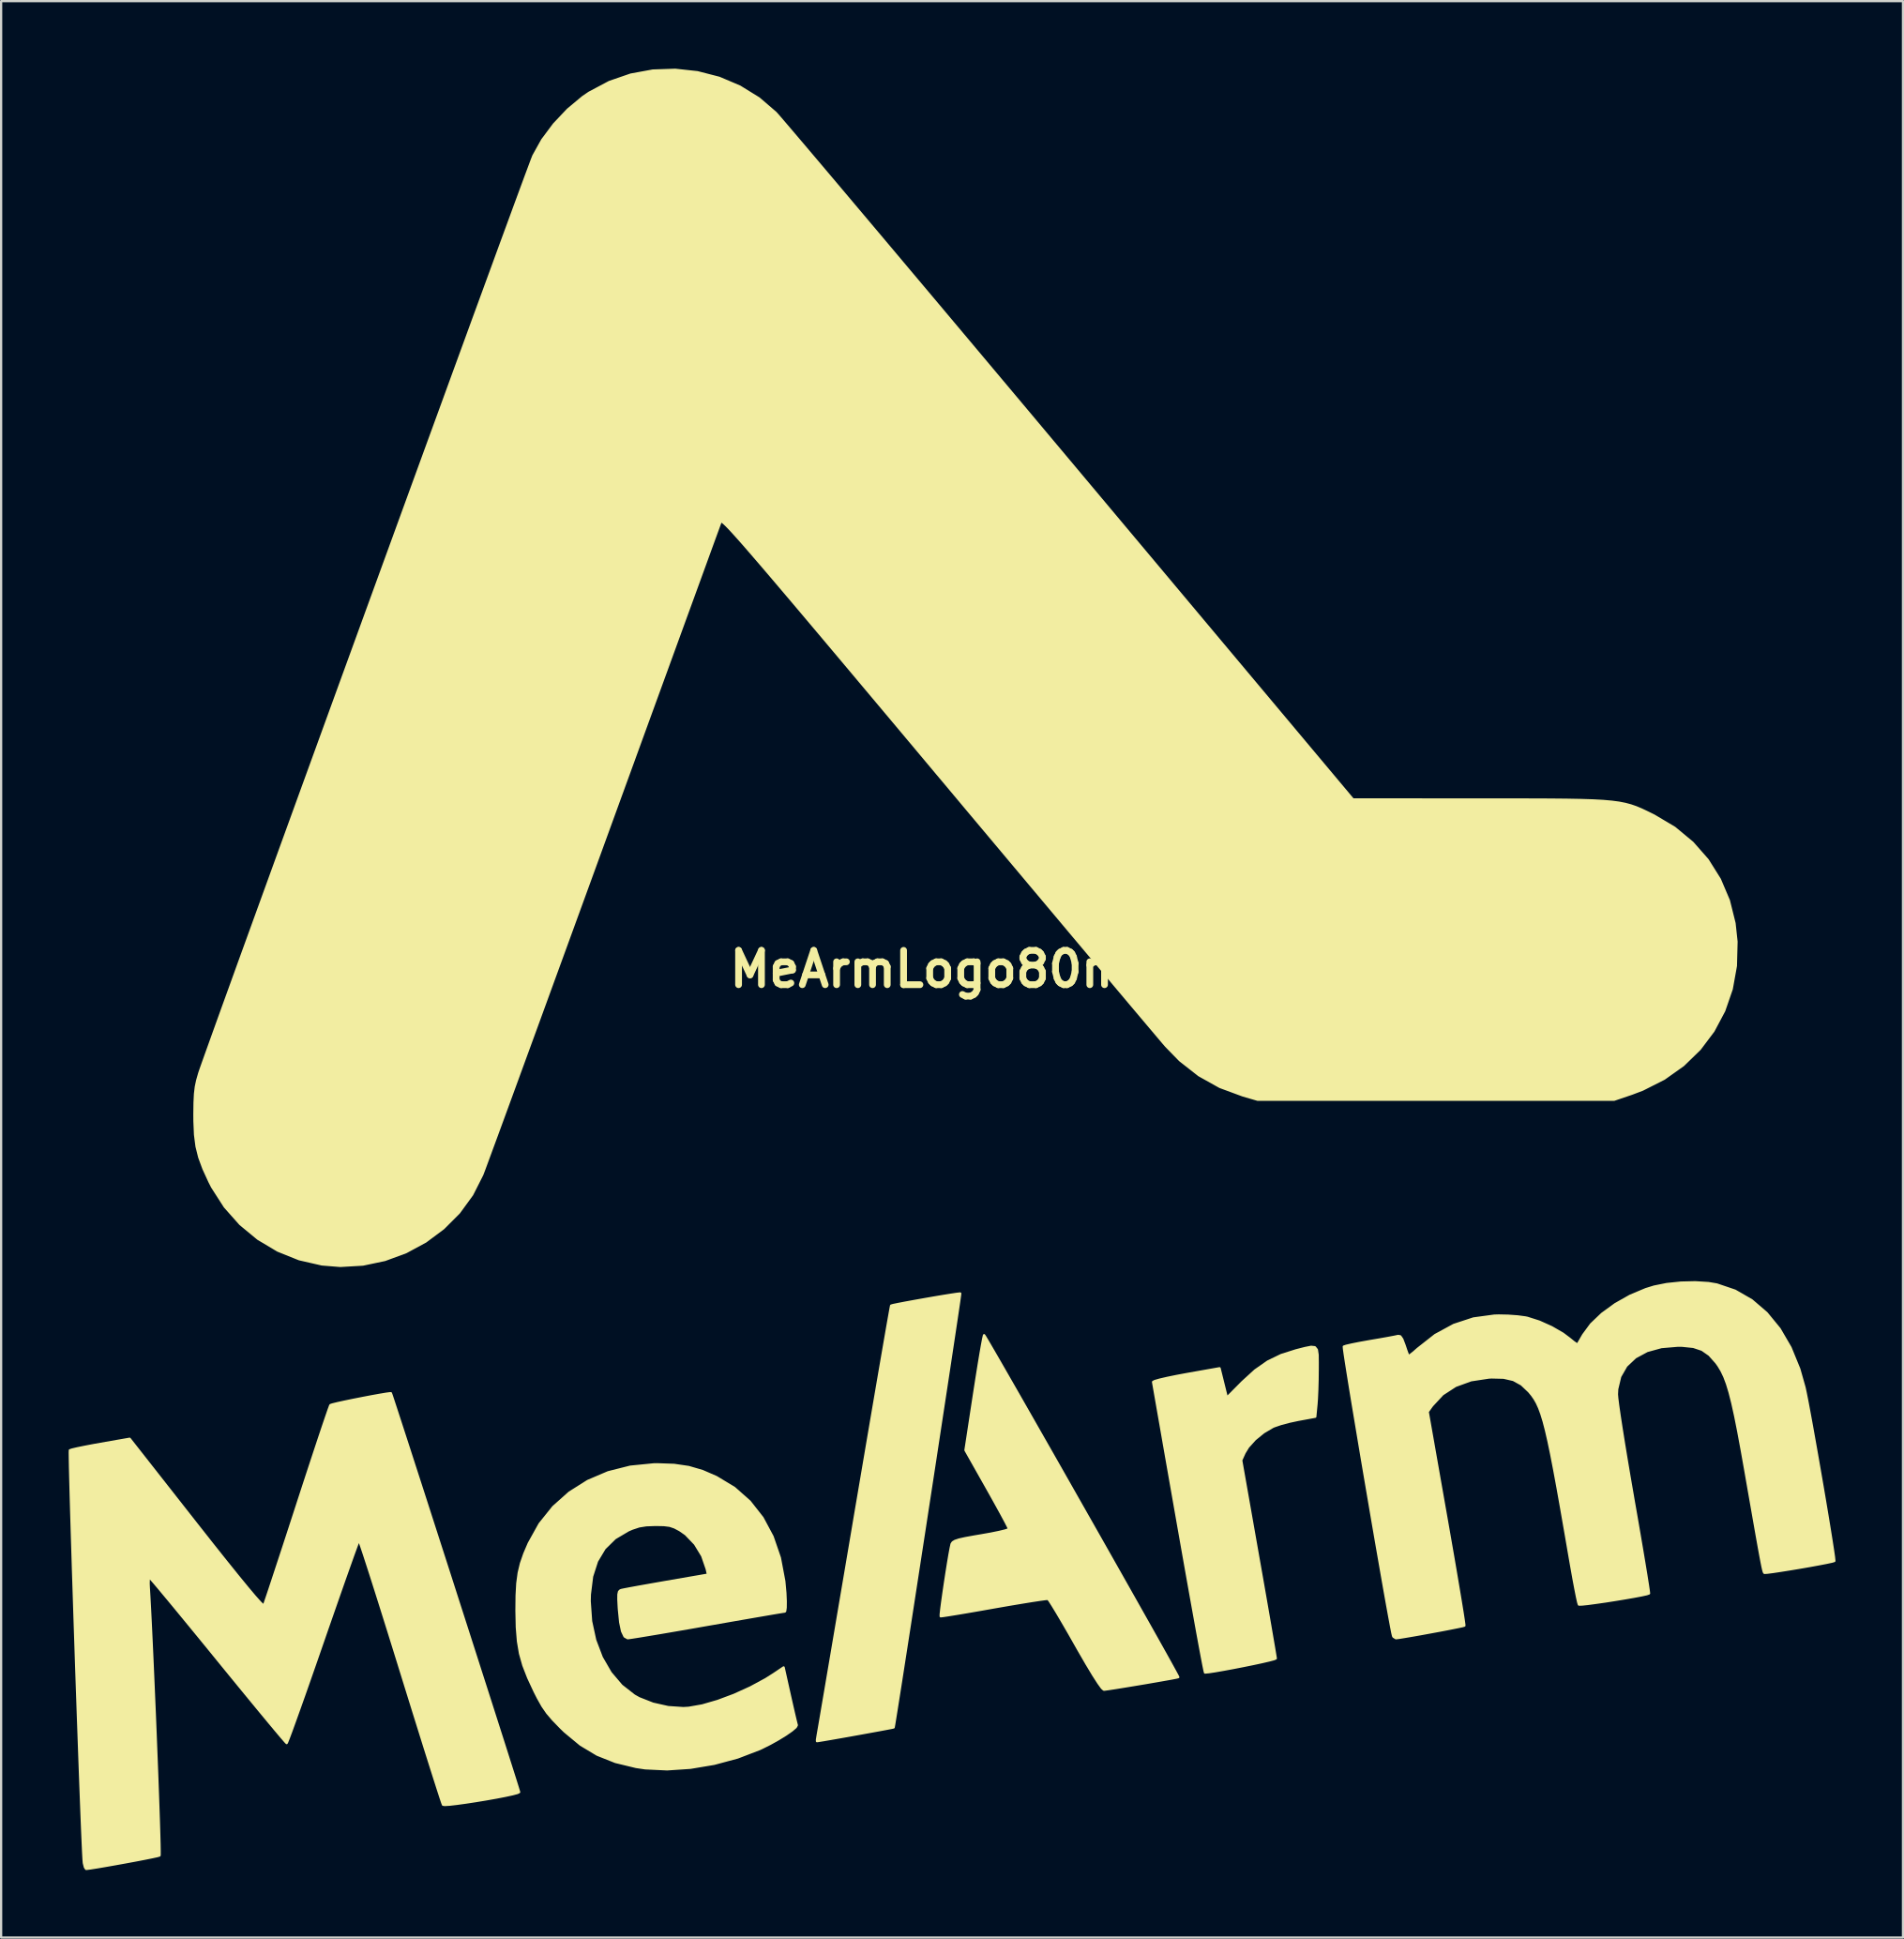
<source format=kicad_pcb>
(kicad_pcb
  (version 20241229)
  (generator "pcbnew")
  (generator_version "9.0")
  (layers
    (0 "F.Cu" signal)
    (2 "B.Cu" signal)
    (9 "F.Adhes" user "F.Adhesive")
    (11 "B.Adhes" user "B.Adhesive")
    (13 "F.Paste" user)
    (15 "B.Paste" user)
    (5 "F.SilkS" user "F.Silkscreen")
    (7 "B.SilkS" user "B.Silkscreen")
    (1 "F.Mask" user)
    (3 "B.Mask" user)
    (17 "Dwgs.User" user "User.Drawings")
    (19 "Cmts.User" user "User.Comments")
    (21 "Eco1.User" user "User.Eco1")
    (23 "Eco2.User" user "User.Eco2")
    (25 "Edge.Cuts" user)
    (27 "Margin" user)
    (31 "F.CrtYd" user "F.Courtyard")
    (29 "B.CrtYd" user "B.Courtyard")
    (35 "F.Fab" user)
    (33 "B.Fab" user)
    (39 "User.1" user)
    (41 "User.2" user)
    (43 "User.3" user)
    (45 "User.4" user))
  (footprint "MeArmLogo80mm"
    (layer "F.Cu")
    (at 39.231 39.997)
    (property "Reference" "MeArmLogo80mm" (at 0 0 0) (layer "F.SilkS") (effects (font (size 1.524 1.524) (thickness 0.3))))
    (attr through_hole)
    (fp_poly (pts (xy 0.376 14.406) (xy 0.366 14.491) (xy 0.333 14.731) (xy 0.277 15.112) (xy 0.201 15.622) (xy 0.107 16.249) (xy -0.003 16.979) (xy -0.127 17.8) (xy -0.264 18.699) (xy -0.411 19.663) (xy -0.566 20.68) (xy -0.727 21.736) (xy -0.893 22.819) (xy -1.062 23.917) (xy -1.23 25.016) (xy -1.398 26.104) (xy -1.562 27.168) (xy -1.72 28.194) (xy -1.871 29.172) (xy -2.013 30.087) (xy -2.144 30.926) (xy -2.261 31.678) (xy -2.364 32.33) (xy -2.449 32.868) (xy -2.515 33.28) (xy -2.559 33.553) (xy -2.581 33.674) (xy -2.583 33.679) (xy -2.665 33.698) (xy -2.884 33.74) (xy -3.209 33.801) (xy -3.61 33.874) (xy -4.056 33.955) (xy -4.517 34.038) (xy -4.964 34.117) (xy -5.364 34.187) (xy -5.689 34.243) (xy -5.908 34.279) (xy -5.988 34.29) (xy -5.988 34.218) (xy -5.962 34.057) (xy -5.943 33.944) (xy -5.896 33.675) (xy -5.825 33.261) (xy -5.732 32.713) (xy -5.617 32.041) (xy -5.484 31.256) (xy -5.333 30.37) (xy -5.167 29.392) (xy -4.988 28.335) (xy -4.796 27.208) (xy -4.595 26.024) (xy -4.386 24.791) (xy -4.32 24.397) (xy -4.109 23.157) (xy -3.906 21.964) (xy -3.713 20.829) (xy -3.531 19.762) (xy -3.362 18.774) (xy -3.208 17.876) (xy -3.07 17.077) (xy -2.951 16.389) (xy -2.853 15.823) (xy -2.776 15.388) (xy -2.724 15.095) (xy -2.697 14.955) (xy -2.694 14.944) (xy -2.604 14.918) (xy -2.38 14.872) (xy -2.054 14.809) (xy -1.66 14.737) (xy -1.228 14.66) (xy -0.792 14.584) (xy -0.382 14.515) (xy -0.032 14.459) (xy 0.228 14.42) (xy 0.364 14.405) (xy 0.376 14.406)) (stroke (width 0.1) (type solid)) (fill yes) (layer "F.SilkS"))
    (fp_poly (pts (xy 16.256 17.488) (xy 16.255 17.759) (xy 16.25 18.222) (xy 16.237 18.689) (xy 16.218 19.096) (xy 16.202 19.317) (xy 16.148 19.879) (xy 15.391 20.018) (xy 14.998 20.102) (xy 14.62 20.203) (xy 14.325 20.304) (xy 14.262 20.331) (xy 13.852 20.573) (xy 13.47 20.885) (xy 13.164 21.225) (xy 13.006 21.484) (xy 12.857 21.814) (xy 13.625 26.17) (xy 13.773 27.008) (xy 13.911 27.796) (xy 14.037 28.519) (xy 14.149 29.161) (xy 14.242 29.706) (xy 14.316 30.137) (xy 14.366 30.439) (xy 14.391 30.597) (xy 14.393 30.615) (xy 14.315 30.649) (xy 14.101 30.705) (xy 13.783 30.779) (xy 13.392 30.863) (xy 12.959 30.951) (xy 12.515 31.038) (xy 12.091 31.116) (xy 11.719 31.181) (xy 11.43 31.225) (xy 11.255 31.242) (xy 11.25 31.242) (xy 11.229 31.161) (xy 11.181 30.925) (xy 11.109 30.549) (xy 11.014 30.043) (xy 10.9 29.422) (xy 10.769 28.698) (xy 10.622 27.883) (xy 10.463 26.991) (xy 10.293 26.033) (xy 10.115 25.024) (xy 10.08 24.828) (xy 9.901 23.808) (xy 9.73 22.836) (xy 9.57 21.925) (xy 9.423 21.087) (xy 9.292 20.336) (xy 9.178 19.686) (xy 9.084 19.147) (xy 9.012 18.735) (xy 8.964 18.461) (xy 8.943 18.339) (xy 8.943 18.334) (xy 9.018 18.294) (xy 9.235 18.232) (xy 9.566 18.155) (xy 9.985 18.069) (xy 10.414 17.989) (xy 11.896 17.726) (xy 12.058 18.378) (xy 12.22 19.031) (xy 12.904 18.342) (xy 13.476 17.82) (xy 14.037 17.428) (xy 14.634 17.139) (xy 15.29 16.931) (xy 15.691 16.828) (xy 15.963 16.774) (xy 16.13 16.792) (xy 16.218 16.903) (xy 16.252 17.128) (xy 16.256 17.488)) (stroke (width 0.1) (type solid)) (fill yes) (layer "F.SilkS"))
    (fp_poly (pts (xy 10.062 31.446) (xy 9.971 31.468) (xy 9.744 31.512) (xy 9.413 31.571) (xy 9.008 31.642) (xy 8.562 31.719) (xy 8.105 31.795) (xy 7.668 31.867) (xy 7.284 31.929) (xy 6.983 31.975) (xy 6.796 32.001) (xy 6.756 32.004) (xy 6.671 31.93) (xy 6.512 31.711) (xy 6.283 31.355) (xy 5.989 30.867) (xy 5.634 30.254) (xy 5.492 30.004) (xy 5.191 29.475) (xy 4.913 28.996) (xy 4.672 28.587) (xy 4.477 28.267) (xy 4.342 28.055) (xy 4.277 27.971) (xy 4.276 27.971) (xy 4.173 27.977) (xy 3.926 28.01) (xy 3.557 28.066) (xy 3.088 28.142) (xy 2.54 28.234) (xy 1.937 28.339) (xy 1.863 28.352) (xy 1.258 28.459) (xy 0.709 28.554) (xy 0.239 28.633) (xy -0.132 28.693) (xy -0.382 28.731) (xy -0.49 28.743) (xy -0.492 28.743) (xy -0.491 28.654) (xy -0.467 28.43) (xy -0.424 28.101) (xy -0.368 27.701) (xy -0.303 27.26) (xy -0.234 26.809) (xy -0.166 26.382) (xy -0.103 26.008) (xy -0.05 25.72) (xy -0.013 25.549) (xy -0.005 25.525) (xy 0.044 25.454) (xy 0.144 25.393) (xy 0.321 25.334) (xy 0.6 25.272) (xy 1.007 25.198) (xy 1.302 25.148) (xy 1.736 25.071) (xy 2.103 24.996) (xy 2.375 24.93) (xy 2.522 24.88) (xy 2.54 24.864) (xy 2.5 24.771) (xy 2.388 24.552) (xy 2.215 24.23) (xy 1.993 23.826) (xy 1.735 23.362) (xy 1.574 23.076) (xy 0.608 21.366) (xy 0.999 18.811) (xy 1.098 18.176) (xy 1.19 17.599) (xy 1.273 17.099) (xy 1.343 16.698) (xy 1.396 16.415) (xy 1.429 16.271) (xy 1.436 16.257) (xy 1.484 16.328) (xy 1.607 16.535) (xy 1.8 16.866) (xy 2.057 17.309) (xy 2.369 17.851) (xy 2.731 18.482) (xy 3.136 19.189) (xy 3.576 19.96) (xy 4.046 20.784) (xy 4.539 21.648) (xy 5.047 22.541) (xy 5.564 23.452) (xy 6.084 24.367) (xy 6.6 25.276) (xy 7.104 26.166) (xy 7.591 27.026) (xy 8.053 27.844) (xy 8.484 28.608) (xy 8.877 29.305) (xy 9.225 29.925) (xy 9.522 30.456) (xy 9.76 30.885) (xy 9.934 31.201) (xy 10.036 31.391) (xy 10.062 31.446)) (stroke (width 0.1) (type solid)) (fill yes) (layer "F.SilkS"))
    (fp_poly (pts (xy -6.883 33.581) (xy -6.933 33.671) (xy -7.106 33.818) (xy -7.372 34.003) (xy -7.702 34.206) (xy -8.067 34.41) (xy -8.437 34.595) (xy -8.527 34.637) (xy -9.514 35.015) (xy -10.555 35.295) (xy -11.612 35.472) (xy -12.645 35.541) (xy -13.617 35.495) (xy -14.024 35.435) (xy -14.944 35.212) (xy -15.753 34.89) (xy -16.491 34.447) (xy -17.195 33.864) (xy -17.364 33.7) (xy -17.712 33.342) (xy -17.972 33.038) (xy -18.184 32.731) (xy -18.389 32.366) (xy -18.53 32.088) (xy -18.818 31.47) (xy -19.031 30.923) (xy -19.179 30.399) (xy -19.271 29.852) (xy -19.321 29.232) (xy -19.337 28.492) (xy -19.337 28.49) (xy -19.33 27.821) (xy -19.3 27.278) (xy -19.238 26.816) (xy -19.137 26.392) (xy -18.988 25.963) (xy -18.791 25.503) (xy -18.311 24.641) (xy -17.706 23.887) (xy -16.99 23.249) (xy -16.173 22.733) (xy -15.267 22.347) (xy -14.285 22.099) (xy -13.238 21.995) (xy -13.081 21.992) (xy -12.334 22.018) (xy -11.686 22.113) (xy -11.076 22.291) (xy -10.456 22.56) (xy -9.659 23.041) (xy -8.975 23.646) (xy -8.408 24.368) (xy -7.961 25.202) (xy -7.637 26.142) (xy -7.44 27.183) (xy -7.392 27.707) (xy -7.376 28.079) (xy -7.379 28.357) (xy -7.4 28.511) (xy -7.418 28.533) (xy -7.515 28.547) (xy -7.762 28.587) (xy -8.138 28.651) (xy -8.628 28.735) (xy -9.212 28.836) (xy -9.872 28.951) (xy -10.59 29.077) (xy -10.868 29.125) (xy -11.607 29.255) (xy -12.297 29.374) (xy -12.921 29.481) (xy -13.46 29.571) (xy -13.894 29.643) (xy -14.205 29.692) (xy -14.375 29.716) (xy -14.398 29.718) (xy -14.536 29.64) (xy -14.647 29.405) (xy -14.73 29.009) (xy -14.786 28.449) (xy -14.793 28.351) (xy -14.811 27.995) (xy -14.809 27.774) (xy -14.783 27.651) (xy -14.727 27.593) (xy -14.678 27.575) (xy -14.551 27.548) (xy -14.284 27.497) (xy -13.902 27.427) (xy -13.434 27.344) (xy -12.904 27.251) (xy -12.676 27.211) (xy -10.831 26.892) (xy -10.886 26.642) (xy -11.087 26.059) (xy -11.408 25.532) (xy -11.82 25.102) (xy -12.083 24.919) (xy -12.316 24.795) (xy -12.53 24.723) (xy -12.785 24.691) (xy -13.145 24.684) (xy -13.166 24.684) (xy -13.571 24.699) (xy -13.887 24.749) (xy -14.192 24.85) (xy -14.372 24.928) (xy -14.959 25.276) (xy -15.421 25.73) (xy -15.76 26.295) (xy -15.979 26.974) (xy -16.078 27.771) (xy -16.086 28.072) (xy -16.023 28.962) (xy -15.841 29.802) (xy -15.548 30.571) (xy -15.154 31.251) (xy -14.67 31.821) (xy -14.106 32.262) (xy -13.892 32.382) (xy -13.275 32.625) (xy -12.596 32.777) (xy -11.928 32.822) (xy -11.684 32.808) (xy -11.083 32.702) (xy -10.397 32.503) (xy -9.669 32.231) (xy -8.943 31.901) (xy -8.263 31.533) (xy -7.905 31.306) (xy -7.47 31.013) (xy -7.194 32.249) (xy -7.094 32.69) (xy -7.006 33.074) (xy -6.936 33.371) (xy -6.892 33.548) (xy -6.883 33.581)) (stroke (width 0.1) (type solid)) (fill yes) (layer "F.SilkS"))
    (fp_poly (pts (xy -19.219 36.552) (xy -19.298 36.592) (xy -19.514 36.649) (xy -19.837 36.719) (xy -20.236 36.796) (xy -20.681 36.875) (xy -21.142 36.951) (xy -21.586 37.019) (xy -21.986 37.074) (xy -22.308 37.111) (xy -22.524 37.124) (xy -22.601 37.113) (xy -22.636 37.023) (xy -22.716 36.783) (xy -22.838 36.407) (xy -22.997 35.909) (xy -23.19 35.3) (xy -23.413 34.594) (xy -23.66 33.804) (xy -23.929 32.943) (xy -24.215 32.024) (xy -24.475 31.186) (xy -24.772 30.229) (xy -25.055 29.322) (xy -25.32 28.477) (xy -25.563 27.707) (xy -25.78 27.024) (xy -25.968 26.441) (xy -26.121 25.971) (xy -26.237 25.626) (xy -26.31 25.419) (xy -26.336 25.361) (xy -26.373 25.444) (xy -26.459 25.674) (xy -26.59 26.034) (xy -26.76 26.511) (xy -26.966 27.091) (xy -27.2 27.758) (xy -27.459 28.499) (xy -27.738 29.299) (xy -27.94 29.883) (xy -28.229 30.715) (xy -28.502 31.496) (xy -28.754 32.214) (xy -28.981 32.852) (xy -29.177 33.398) (xy -29.336 33.837) (xy -29.455 34.155) (xy -29.527 34.336) (xy -29.548 34.375) (xy -29.609 34.311) (xy -29.768 34.127) (xy -30.014 33.836) (xy -30.337 33.448) (xy -30.728 32.976) (xy -31.177 32.431) (xy -31.674 31.825) (xy -32.21 31.17) (xy -32.6 30.692) (xy -33.156 30.009) (xy -33.681 29.368) (xy -34.164 28.78) (xy -34.596 28.255) (xy -34.967 27.808) (xy -35.267 27.448) (xy -35.488 27.188) (xy -35.617 27.04) (xy -35.649 27.009) (xy -35.673 27.085) (xy -35.679 27.28) (xy -35.672 27.453) (xy -35.647 27.87) (xy -35.618 28.402) (xy -35.586 29.033) (xy -35.552 29.747) (xy -35.516 30.528) (xy -35.479 31.359) (xy -35.442 32.224) (xy -35.404 33.108) (xy -35.368 33.992) (xy -35.334 34.863) (xy -35.301 35.702) (xy -35.272 36.494) (xy -35.246 37.222) (xy -35.224 37.871) (xy -35.207 38.424) (xy -35.195 38.864) (xy -35.19 39.176) (xy -35.191 39.343) (xy -35.195 39.367) (xy -35.289 39.395) (xy -35.52 39.445) (xy -35.853 39.512) (xy -36.259 39.59) (xy -36.705 39.673) (xy -37.16 39.755) (xy -37.591 39.831) (xy -37.968 39.895) (xy -38.259 39.941) (xy -38.431 39.963) (xy -38.456 39.964) (xy -38.508 39.889) (xy -38.554 39.709) (xy -38.557 39.688) (xy -38.569 39.547) (xy -38.585 39.256) (xy -38.605 38.826) (xy -38.629 38.271) (xy -38.656 37.604) (xy -38.686 36.839) (xy -38.718 35.989) (xy -38.752 35.068) (xy -38.787 34.088) (xy -38.824 33.063) (xy -38.861 32.007) (xy -38.898 30.932) (xy -38.934 29.853) (xy -38.97 28.782) (xy -39.004 27.732) (xy -39.037 26.718) (xy -39.067 25.752) (xy -39.095 24.848) (xy -39.12 24.019) (xy -39.141 23.279) (xy -39.158 22.64) (xy -39.171 22.116) (xy -39.178 21.721) (xy -39.181 21.468) (xy -39.177 21.369) (xy -39.177 21.369) (xy -39.078 21.336) (xy -38.843 21.281) (xy -38.5 21.211) (xy -38.08 21.131) (xy -37.821 21.085) (xy -36.521 20.857) (xy -33.57 24.615) (xy -32.863 25.512) (xy -32.247 26.286) (xy -31.724 26.936) (xy -31.296 27.459) (xy -30.964 27.853) (xy -30.729 28.117) (xy -30.593 28.249) (xy -30.558 28.262) (xy -30.521 28.163) (xy -30.437 27.917) (xy -30.311 27.541) (xy -30.148 27.049) (xy -29.953 26.457) (xy -29.73 25.779) (xy -29.486 25.032) (xy -29.224 24.229) (xy -29.082 23.791) (xy -28.814 22.967) (xy -28.56 22.192) (xy -28.325 21.479) (xy -28.115 20.845) (xy -27.934 20.305) (xy -27.787 19.872) (xy -27.68 19.563) (xy -27.617 19.392) (xy -27.603 19.362) (xy -27.509 19.331) (xy -27.285 19.276) (xy -26.963 19.206) (xy -26.58 19.127) (xy -26.17 19.046) (xy -25.767 18.969) (xy -25.407 18.904) (xy -25.123 18.857) (xy -24.951 18.834) (xy -24.916 18.835) (xy -24.886 18.917) (xy -24.81 19.146) (xy -24.69 19.512) (xy -24.53 20.002) (xy -24.335 20.602) (xy -24.108 21.301) (xy -23.855 22.085) (xy -23.577 22.943) (xy -23.281 23.861) (xy -22.97 24.827) (xy -22.647 25.829) (xy -22.317 26.853) (xy -21.985 27.888) (xy -21.653 28.92) (xy -21.326 29.938) (xy -21.009 30.927) (xy -20.704 31.877) (xy -20.417 32.774) (xy -20.151 33.606) (xy -19.91 34.359) (xy -19.699 35.023) (xy -19.521 35.583) (xy -19.38 36.027) (xy -19.281 36.344) (xy -19.228 36.519) (xy -19.219 36.552)) (stroke (width 0.1) (type solid)) (fill yes) (layer "F.SilkS"))
    (fp_poly (pts (xy 34.86 -1.223) (xy 34.832 -0.144) (xy 34.647 0.884) (xy 34.313 1.85) (xy 33.838 2.743) (xy 33.23 3.551) (xy 32.497 4.263) (xy 31.646 4.867) (xy 30.686 5.352) (xy 30.207 5.533) (xy 29.422 5.8) (xy 21.505 5.8) (xy 13.589 5.8) (xy 12.929 5.608) (xy 11.91 5.231) (xy 10.981 4.712) (xy 10.134 4.048) (xy 9.518 3.416) (xy 9.401 3.28) (xy 9.182 3.021) (xy 8.866 2.647) (xy 8.459 2.165) (xy 7.966 1.58) (xy 7.395 0.902) (xy 6.751 0.136) (xy 6.04 -0.711) (xy 5.267 -1.63) (xy 4.44 -2.616) (xy 3.563 -3.66) (xy 2.642 -4.757) (xy 1.685 -5.898) (xy 0.695 -7.077) (xy -0.319 -8.288) (xy -0.633 -8.661) (xy -1.837 -10.098) (xy -2.938 -11.41) (xy -3.94 -12.603) (xy -4.847 -13.683) (xy -5.664 -14.654) (xy -6.396 -15.522) (xy -7.046 -16.292) (xy -7.621 -16.97) (xy -8.124 -17.562) (xy -8.561 -18.072) (xy -8.935 -18.506) (xy -9.251 -18.87) (xy -9.515 -19.168) (xy -9.73 -19.407) (xy -9.901 -19.591) (xy -10.034 -19.726) (xy -10.132 -19.817) (xy -10.2 -19.87) (xy -10.243 -19.891) (xy -10.266 -19.884) (xy -10.269 -19.877) (xy -10.305 -19.778) (xy -10.396 -19.529) (xy -10.54 -19.136) (xy -10.732 -18.609) (xy -10.97 -17.955) (xy -11.251 -17.183) (xy -11.573 -16.3) (xy -11.932 -15.316) (xy -12.325 -14.237) (xy -12.749 -13.072) (xy -13.202 -11.83) (xy -13.68 -10.518) (xy -14.18 -9.144) (xy -14.7 -7.717) (xy -15.236 -6.245) (xy -15.493 -5.539) (xy -16.038 -4.043) (xy -16.57 -2.584) (xy -17.085 -1.172) (xy -17.58 0.185) (xy -18.052 1.479) (xy -18.498 2.701) (xy -18.916 3.843) (xy -19.301 4.897) (xy -19.651 5.854) (xy -19.963 6.706) (xy -20.234 7.444) (xy -20.461 8.06) (xy -20.64 8.546) (xy -20.768 8.893) (xy -20.844 9.093) (xy -20.859 9.131) (xy -21.307 10.016) (xy -21.887 10.812) (xy -22.583 11.51) (xy -23.375 12.1) (xy -24.247 12.571) (xy -25.181 12.915) (xy -26.16 13.121) (xy -27.166 13.18) (xy -27.98 13.114) (xy -28.99 12.883) (xy -29.943 12.5) (xy -30.821 11.976) (xy -31.611 11.323) (xy -32.294 10.553) (xy -32.857 9.677) (xy -32.978 9.44) (xy -33.242 8.864) (xy -33.428 8.361) (xy -33.549 7.876) (xy -33.616 7.356) (xy -33.642 6.746) (xy -33.644 6.435) (xy -33.637 5.927) (xy -33.618 5.54) (xy -33.581 5.225) (xy -33.519 4.933) (xy -33.428 4.617) (xy -33.427 4.614) (xy -33.376 4.463) (xy -33.27 4.163) (xy -33.112 3.721) (xy -32.906 3.147) (xy -32.655 2.449) (xy -32.361 1.634) (xy -32.027 0.712) (xy -31.658 -0.31) (xy -31.254 -1.423) (xy -30.82 -2.619) (xy -30.359 -3.889) (xy -29.874 -5.226) (xy -29.367 -6.621) (xy -28.842 -8.066) (xy -28.301 -9.552) (xy -27.749 -11.071) (xy -27.187 -12.615) (xy -26.618 -14.176) (xy -26.047 -15.745) (xy -25.475 -17.314) (xy -24.906 -18.875) (xy -24.343 -20.42) (xy -23.789 -21.939) (xy -23.247 -23.425) (xy -22.719 -24.87) (xy -22.21 -26.266) (xy -21.721 -27.603) (xy -21.257 -28.874) (xy -20.819 -30.07) (xy -20.411 -31.183) (xy -20.037 -32.206) (xy -19.698 -33.128) (xy -19.399 -33.944) (xy -19.141 -34.643) (xy -18.929 -35.217) (xy -18.764 -35.659) (xy -18.651 -35.961) (xy -18.592 -36.113) (xy -18.587 -36.125) (xy -18.194 -36.832) (xy -17.672 -37.531) (xy -17.058 -38.181) (xy -16.39 -38.738) (xy -16.11 -38.929) (xy -15.213 -39.405) (xy -14.263 -39.733) (xy -13.281 -39.913) (xy -12.285 -39.947) (xy -11.296 -39.839) (xy -10.334 -39.591) (xy -9.418 -39.203) (xy -8.569 -38.679) (xy -7.827 -38.042) (xy -7.734 -37.939) (xy -7.538 -37.712) (xy -7.243 -37.366) (xy -6.854 -36.909) (xy -6.376 -36.346) (xy -5.814 -35.682) (xy -5.174 -34.925) (xy -4.46 -34.078) (xy -3.677 -33.15) (xy -2.83 -32.145) (xy -1.925 -31.069) (xy -0.965 -29.929) (xy 0.043 -28.73) (xy 1.095 -27.478) (xy 2.186 -26.179) (xy 3.311 -24.84) (xy 4.464 -23.465) (xy 5.207 -22.58) (xy 17.822 -7.539) (xy 23.46 -7.537) (xy 24.64 -7.537) (xy 25.665 -7.535) (xy 26.548 -7.532) (xy 27.303 -7.525) (xy 27.944 -7.513) (xy 28.485 -7.496) (xy 28.94 -7.471) (xy 29.322 -7.437) (xy 29.646 -7.394) (xy 29.924 -7.339) (xy 30.172 -7.272) (xy 30.403 -7.192) (xy 30.631 -7.096) (xy 30.869 -6.984) (xy 31.132 -6.855) (xy 31.2 -6.821) (xy 32.112 -6.279) (xy 32.908 -5.618) (xy 33.581 -4.852) (xy 34.12 -3.992) (xy 34.52 -3.051) (xy 34.772 -2.04) (xy 34.86 -1.223)) (stroke (width 0.1) (type solid)) (fill yes) (layer "F.SilkS"))
    (fp_poly (pts (xy 39.206 26.263) (xy 39.205 26.287) (xy 39.095 26.319) (xy 38.855 26.37) (xy 38.517 26.435) (xy 38.113 26.509) (xy 37.675 26.585) (xy 37.236 26.658) (xy 36.827 26.723) (xy 36.481 26.775) (xy 36.23 26.807) (xy 36.105 26.815) (xy 36.098 26.813) (xy 36.083 26.791) (xy 36.065 26.745) (xy 36.043 26.662) (xy 36.013 26.528) (xy 35.974 26.331) (xy 35.922 26.056) (xy 35.855 25.691) (xy 35.771 25.222) (xy 35.668 24.636) (xy 35.542 23.919) (xy 35.391 23.058) (xy 35.268 22.352) (xy 35.094 21.372) (xy 34.94 20.543) (xy 34.802 19.85) (xy 34.675 19.275) (xy 34.555 18.802) (xy 34.438 18.416) (xy 34.319 18.1) (xy 34.193 17.837) (xy 34.057 17.612) (xy 33.96 17.476) (xy 33.655 17.133) (xy 33.33 16.906) (xy 32.944 16.777) (xy 32.453 16.726) (xy 32.258 16.723) (xy 31.524 16.785) (xy 30.89 16.96) (xy 30.368 17.242) (xy 29.965 17.623) (xy 29.693 18.096) (xy 29.56 18.651) (xy 29.548 18.881) (xy 29.562 19.056) (xy 29.603 19.379) (xy 29.668 19.833) (xy 29.755 20.398) (xy 29.86 21.058) (xy 29.981 21.793) (xy 30.115 22.586) (xy 30.259 23.418) (xy 30.276 23.521) (xy 30.419 24.339) (xy 30.551 25.105) (xy 30.67 25.803) (xy 30.773 26.418) (xy 30.858 26.934) (xy 30.921 27.333) (xy 30.961 27.602) (xy 30.975 27.723) (xy 30.974 27.728) (xy 30.873 27.763) (xy 30.639 27.814) (xy 30.305 27.877) (xy 29.902 27.947) (xy 29.464 28.019) (xy 29.023 28.088) (xy 28.61 28.147) (xy 28.259 28.194) (xy 28.001 28.221) (xy 27.868 28.225) (xy 27.858 28.221) (xy 27.827 28.121) (xy 27.773 27.878) (xy 27.702 27.518) (xy 27.617 27.066) (xy 27.524 26.546) (xy 27.479 26.289) (xy 27.266 25.054) (xy 27.078 23.975) (xy 26.911 23.038) (xy 26.762 22.233) (xy 26.629 21.547) (xy 26.508 20.968) (xy 26.397 20.485) (xy 26.293 20.085) (xy 26.192 19.756) (xy 26.093 19.487) (xy 25.992 19.265) (xy 25.885 19.079) (xy 25.771 18.916) (xy 25.646 18.765) (xy 25.643 18.761) (xy 25.31 18.446) (xy 24.947 18.246) (xy 24.516 18.146) (xy 23.978 18.133) (xy 23.854 18.14) (xy 23.066 18.26) (xy 22.381 18.509) (xy 21.805 18.883) (xy 21.341 19.382) (xy 21.327 19.401) (xy 21.143 19.659) (xy 21.976 24.389) (xy 22.129 25.261) (xy 22.272 26.083) (xy 22.401 26.838) (xy 22.515 27.513) (xy 22.612 28.093) (xy 22.688 28.561) (xy 22.741 28.905) (xy 22.769 29.107) (xy 22.771 29.158) (xy 22.682 29.183) (xy 22.458 29.23) (xy 22.132 29.295) (xy 21.737 29.371) (xy 21.305 29.451) (xy 20.869 29.531) (xy 20.461 29.603) (xy 20.113 29.662) (xy 19.859 29.703) (xy 19.731 29.718) (xy 19.729 29.718) (xy 19.622 29.651) (xy 19.603 29.612) (xy 19.571 29.478) (xy 19.516 29.196) (xy 19.439 28.784) (xy 19.343 28.257) (xy 19.231 27.63) (xy 19.106 26.919) (xy 18.97 26.139) (xy 18.825 25.307) (xy 18.675 24.437) (xy 18.523 23.545) (xy 18.37 22.647) (xy 18.219 21.759) (xy 18.074 20.896) (xy 17.937 20.073) (xy 17.809 19.307) (xy 17.695 18.613) (xy 17.597 18.006) (xy 17.517 17.502) (xy 17.458 17.117) (xy 17.423 16.866) (xy 17.415 16.766) (xy 17.415 16.764) (xy 17.52 16.728) (xy 17.759 16.673) (xy 18.098 16.605) (xy 18.504 16.532) (xy 18.584 16.518) (xy 19.007 16.446) (xy 19.377 16.38) (xy 19.658 16.327) (xy 19.814 16.294) (xy 19.825 16.291) (xy 19.923 16.306) (xy 20.012 16.434) (xy 20.112 16.697) (xy 20.197 16.949) (xy 20.263 17.126) (xy 20.287 17.179) (xy 20.359 17.144) (xy 20.517 17.02) (xy 20.7 16.859) (xy 21.473 16.251) (xy 22.3 15.802) (xy 23.177 15.514) (xy 24.1 15.389) (xy 24.299 15.383) (xy 24.719 15.392) (xy 25.136 15.422) (xy 25.481 15.468) (xy 25.569 15.486) (xy 26.099 15.655) (xy 26.647 15.901) (xy 27.145 16.188) (xy 27.432 16.403) (xy 27.627 16.561) (xy 27.763 16.656) (xy 27.802 16.668) (xy 27.854 16.583) (xy 27.961 16.398) (xy 28.051 16.243) (xy 28.4 15.769) (xy 28.886 15.306) (xy 29.474 14.878) (xy 30.133 14.506) (xy 30.828 14.214) (xy 31.2 14.099) (xy 31.758 13.987) (xy 32.389 13.922) (xy 33.029 13.907) (xy 33.617 13.943) (xy 33.985 14.005) (xy 34.798 14.281) (xy 35.537 14.706) (xy 36.198 15.273) (xy 36.774 15.975) (xy 37.259 16.806) (xy 37.649 17.759) (xy 37.883 18.584) (xy 37.937 18.838) (xy 38.012 19.216) (xy 38.102 19.697) (xy 38.206 20.262) (xy 38.318 20.89) (xy 38.437 21.562) (xy 38.558 22.257) (xy 38.679 22.955) (xy 38.795 23.637) (xy 38.903 24.283) (xy 39 24.872) (xy 39.082 25.385) (xy 39.146 25.8) (xy 39.189 26.1) (xy 39.206 26.263)) (stroke (width 0.1) (type solid)) (fill yes) (layer "F.SilkS")))
  (gr_rect
    (start -3 -3)
    (end 81.487 83.011)
    (stroke (width 0.1) (type default))
    (fill no)
    (layer "Edge.Cuts")))
</source>
